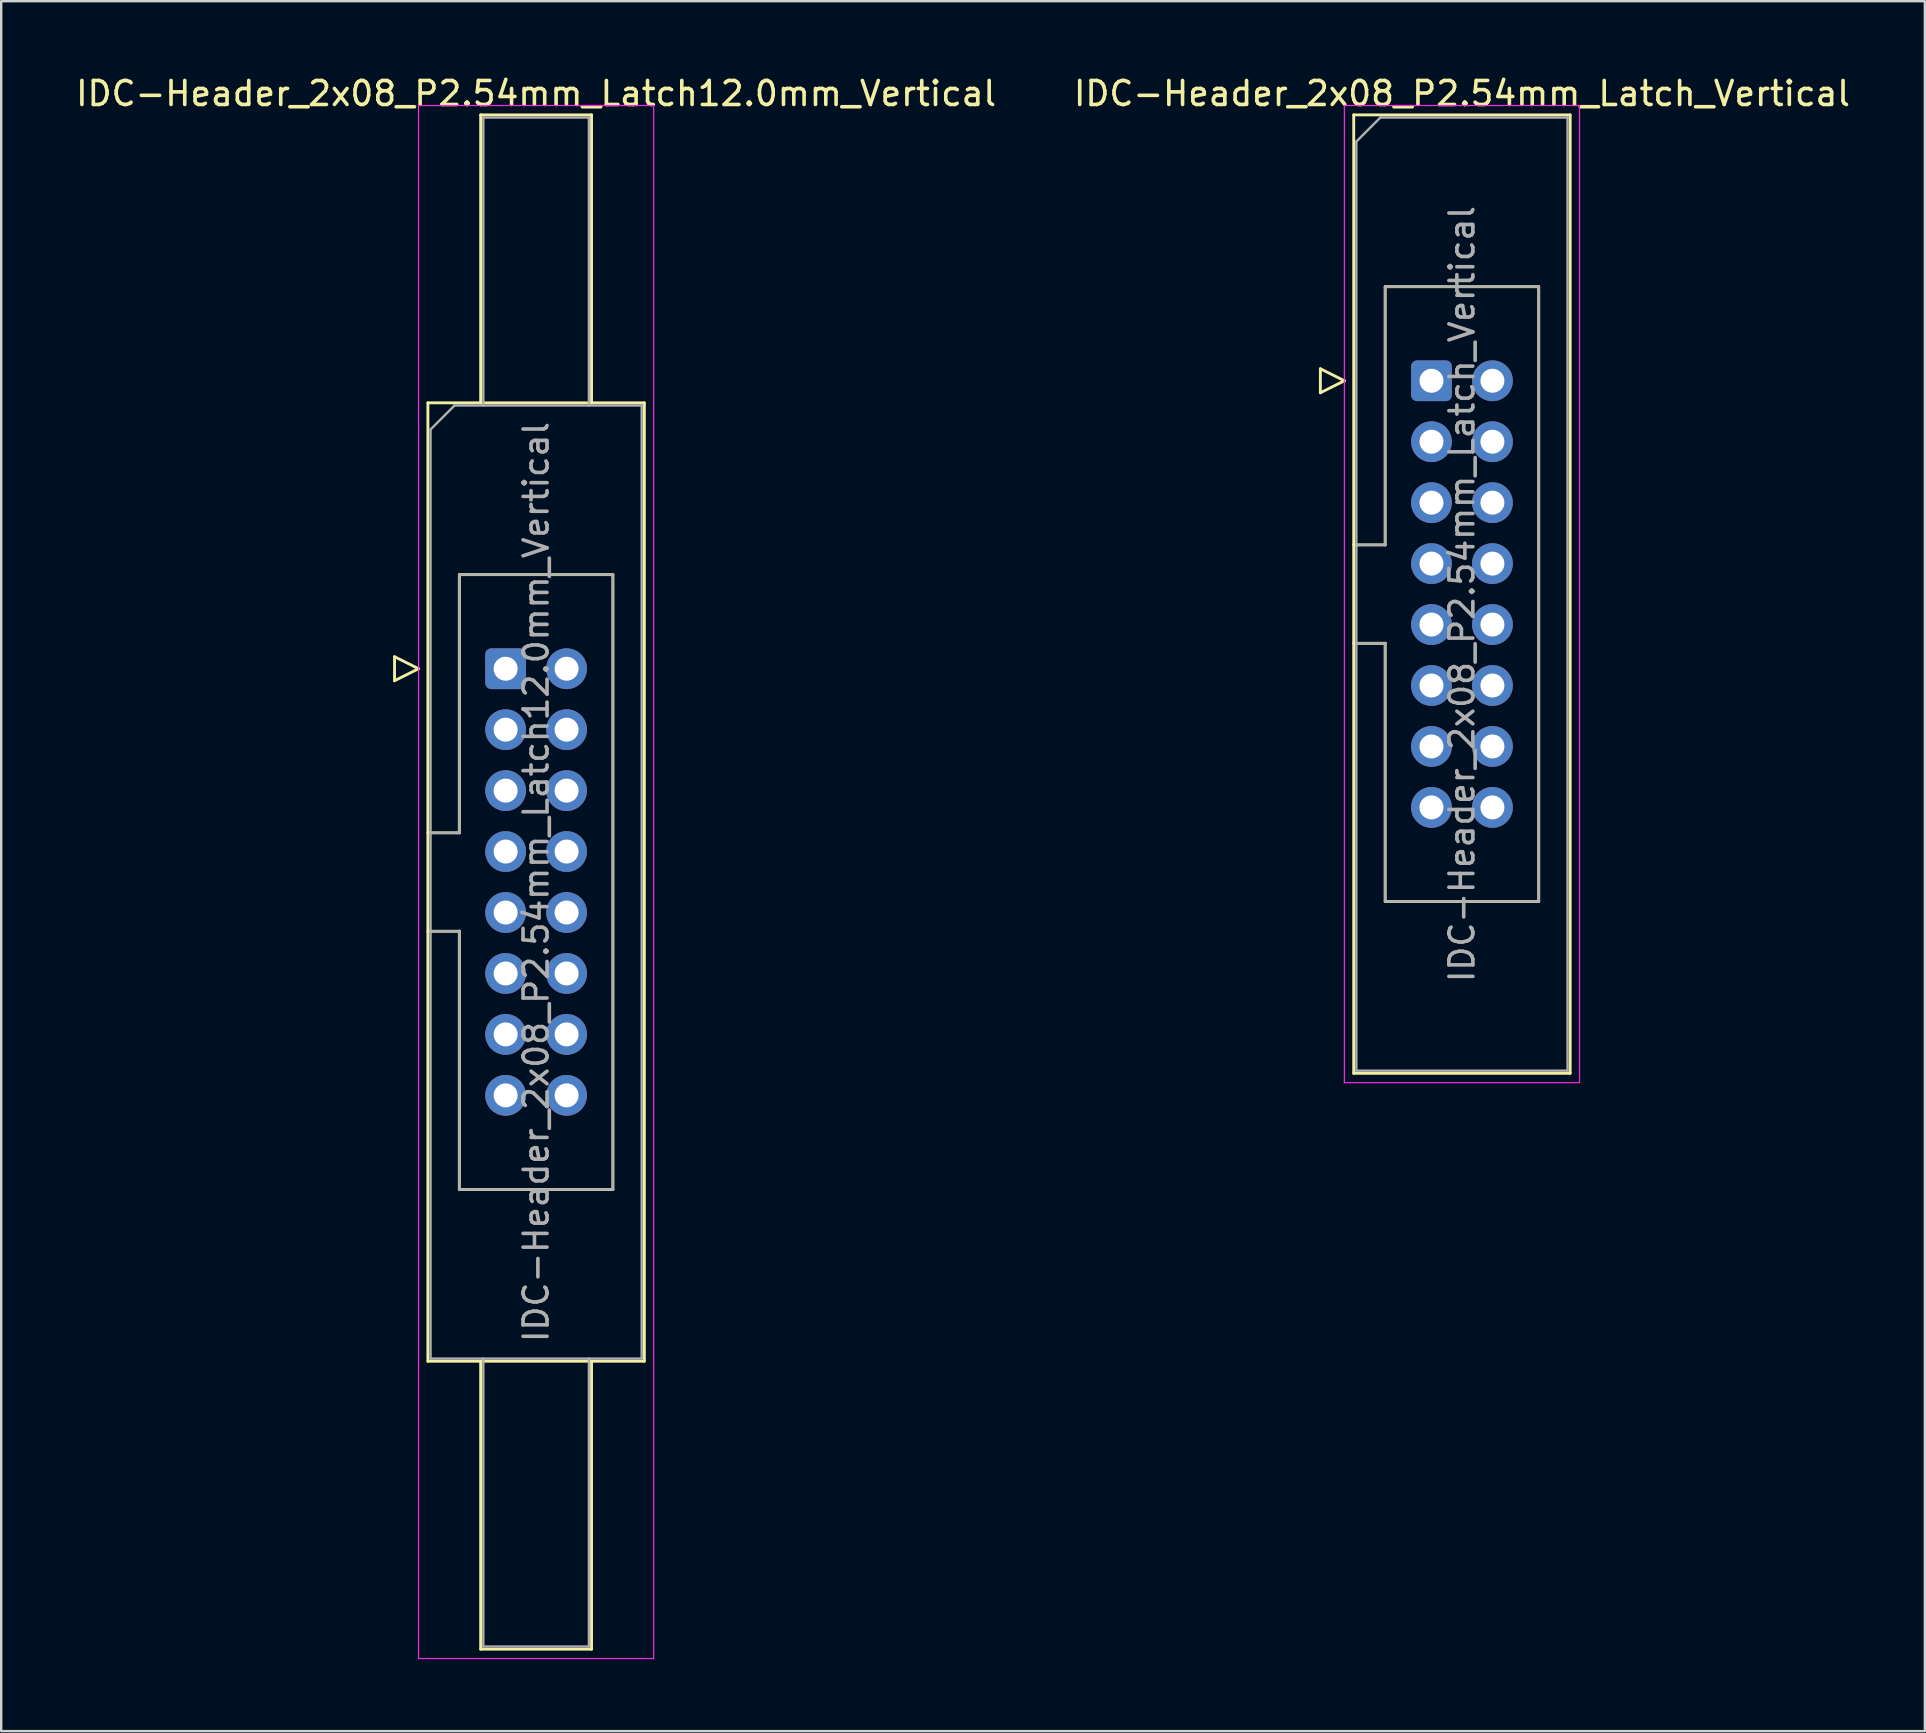
<source format=kicad_pcb>
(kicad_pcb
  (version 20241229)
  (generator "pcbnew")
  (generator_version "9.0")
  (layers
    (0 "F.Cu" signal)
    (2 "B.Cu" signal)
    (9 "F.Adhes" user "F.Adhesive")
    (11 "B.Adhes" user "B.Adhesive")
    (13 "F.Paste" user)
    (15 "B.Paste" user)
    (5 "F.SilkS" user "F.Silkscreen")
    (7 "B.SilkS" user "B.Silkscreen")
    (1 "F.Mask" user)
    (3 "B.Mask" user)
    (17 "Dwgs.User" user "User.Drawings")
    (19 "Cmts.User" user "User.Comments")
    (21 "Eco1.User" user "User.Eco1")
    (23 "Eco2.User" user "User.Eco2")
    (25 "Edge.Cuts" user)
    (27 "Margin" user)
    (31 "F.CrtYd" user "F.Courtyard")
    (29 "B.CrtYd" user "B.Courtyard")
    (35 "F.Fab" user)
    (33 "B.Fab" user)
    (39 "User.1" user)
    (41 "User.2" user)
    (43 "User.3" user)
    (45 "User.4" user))
  (footprint "IDC-Header_2x08_P2.54mm_Latch_Vertical"
    (layer "F.Cu")
    (at 56.605 12.818)
    (property "Reference" "IDC-Header_2x08_P2.54mm_Latch_Vertical" (at 1.27 -11.97 0) (layer "F.SilkS") (effects (font (size 1 1) (thickness 0.15))))
    (attr through_hole)
    (fp_line (start -4.63 -0.5) (end -4.63 0.5) (stroke (width 0.12) (type solid)) (layer "F.SilkS"))
    (fp_line (start -4.63 0.5) (end -3.63 0) (stroke (width 0.12) (type solid)) (layer "F.SilkS"))
    (fp_line (start -3.63 0) (end -4.63 -0.5) (stroke (width 0.12) (type solid)) (layer "F.SilkS"))
    (fp_line (start -3.24 -11.08) (end 5.78 -11.08) (stroke (width 0.12) (type solid)) (layer "F.SilkS"))
    (fp_line (start -3.24 6.84) (end -1.93 6.84) (stroke (width 0.12) (type solid)) (layer "F.SilkS"))
    (fp_line (start -3.24 28.86) (end -3.24 -11.08) (stroke (width 0.12) (type solid)) (layer "F.SilkS"))
    (fp_line (start -1.93 -3.92) (end 4.47 -3.92) (stroke (width 0.12) (type solid)) (layer "F.SilkS"))
    (fp_line (start -1.93 6.84) (end -1.93 -3.92) (stroke (width 0.12) (type solid)) (layer "F.SilkS"))
    (fp_line (start -1.93 10.94) (end -3.24 10.94) (stroke (width 0.12) (type solid)) (layer "F.SilkS"))
    (fp_line (start -1.93 10.94) (end -1.93 10.94) (stroke (width 0.12) (type solid)) (layer "F.SilkS"))
    (fp_line (start -1.93 21.7) (end -1.93 10.94) (stroke (width 0.12) (type solid)) (layer "F.SilkS"))
    (fp_line (start 4.47 -3.92) (end 4.47 21.7) (stroke (width 0.12) (type solid)) (layer "F.SilkS"))
    (fp_line (start 4.47 21.7) (end -1.93 21.7) (stroke (width 0.12) (type solid)) (layer "F.SilkS"))
    (fp_line (start 5.78 -11.08) (end 5.78 28.86) (stroke (width 0.12) (type solid)) (layer "F.SilkS"))
    (fp_line (start 5.78 28.86) (end -3.24 28.86) (stroke (width 0.12) (type solid)) (layer "F.SilkS"))
    (fp_line (start -3.63 -11.47) (end -3.63 29.25) (stroke (width 0.05) (type solid)) (layer "F.CrtYd"))
    (fp_line (start -3.63 29.25) (end 6.17 29.25) (stroke (width 0.05) (type solid)) (layer "F.CrtYd"))
    (fp_line (start 6.17 -11.47) (end -3.63 -11.47) (stroke (width 0.05) (type solid)) (layer "F.CrtYd"))
    (fp_line (start 6.17 29.25) (end 6.17 -11.47) (stroke (width 0.05) (type solid)) (layer "F.CrtYd"))
    (fp_line (start -3.13 -9.97) (end -2.13 -10.97) (stroke (width 0.1) (type solid)) (layer "F.Fab"))
    (fp_line (start -3.13 6.84) (end -1.93 6.84) (stroke (width 0.1) (type solid)) (layer "F.Fab"))
    (fp_line (start -3.13 28.75) (end -3.13 -9.97) (stroke (width 0.1) (type solid)) (layer "F.Fab"))
    (fp_line (start -2.13 -10.97) (end 5.67 -10.97) (stroke (width 0.1) (type solid)) (layer "F.Fab"))
    (fp_line (start -1.93 -3.92) (end 4.47 -3.92) (stroke (width 0.1) (type solid)) (layer "F.Fab"))
    (fp_line (start -1.93 6.84) (end -1.93 -3.92) (stroke (width 0.1) (type solid)) (layer "F.Fab"))
    (fp_line (start -1.93 10.94) (end -3.13 10.94) (stroke (width 0.1) (type solid)) (layer "F.Fab"))
    (fp_line (start -1.93 10.94) (end -1.93 10.94) (stroke (width 0.1) (type solid)) (layer "F.Fab"))
    (fp_line (start -1.93 21.7) (end -1.93 10.94) (stroke (width 0.1) (type solid)) (layer "F.Fab"))
    (fp_line (start 4.47 -3.92) (end 4.47 21.7) (stroke (width 0.1) (type solid)) (layer "F.Fab"))
    (fp_line (start 4.47 21.7) (end -1.93 21.7) (stroke (width 0.1) (type solid)) (layer "F.Fab"))
    (fp_line (start 5.67 -10.97) (end 5.67 28.75) (stroke (width 0.1) (type solid)) (layer "F.Fab"))
    (fp_line (start 5.67 28.75) (end -3.13 28.75) (stroke (width 0.1) (type solid)) (layer "F.Fab"))
    (fp_text user "${REFERENCE}" (at 1.27 8.89 90) (layer "F.Fab") (effects (font (size 1 1) (thickness 0.15))))
    (pad "1" thru_hole roundrect (at 0 0) (size 1.7 1.7) (drill 1) (layers "*.Cu" "*.Mask") (roundrect_rratio 0.147))
    (pad "2" thru_hole circle (at 2.54 0) (size 1.7 1.7) (drill 1) (layers "*.Cu" "*.Mask"))
    (pad "3" thru_hole circle (at 0 2.54) (size 1.7 1.7) (drill 1) (layers "*.Cu" "*.Mask"))
    (pad "4" thru_hole circle (at 2.54 2.54) (size 1.7 1.7) (drill 1) (layers "*.Cu" "*.Mask"))
    (pad "5" thru_hole circle (at 0 5.08) (size 1.7 1.7) (drill 1) (layers "*.Cu" "*.Mask"))
    (pad "6" thru_hole circle (at 2.54 5.08) (size 1.7 1.7) (drill 1) (layers "*.Cu" "*.Mask"))
    (pad "7" thru_hole circle (at 0 7.62) (size 1.7 1.7) (drill 1) (layers "*.Cu" "*.Mask"))
    (pad "8" thru_hole circle (at 2.54 7.62) (size 1.7 1.7) (drill 1) (layers "*.Cu" "*.Mask"))
    (pad "9" thru_hole circle (at 0 10.16) (size 1.7 1.7) (drill 1) (layers "*.Cu" "*.Mask"))
    (pad "10" thru_hole circle (at 2.54 10.16) (size 1.7 1.7) (drill 1) (layers "*.Cu" "*.Mask"))
    (pad "11" thru_hole circle (at 0 12.7) (size 1.7 1.7) (drill 1) (layers "*.Cu" "*.Mask"))
    (pad "12" thru_hole circle (at 2.54 12.7) (size 1.7 1.7) (drill 1) (layers "*.Cu" "*.Mask"))
    (pad "13" thru_hole circle (at 0 15.24) (size 1.7 1.7) (drill 1) (layers "*.Cu" "*.Mask"))
    (pad "14" thru_hole circle (at 2.54 15.24) (size 1.7 1.7) (drill 1) (layers "*.Cu" "*.Mask"))
    (pad "15" thru_hole circle (at 0 17.78) (size 1.7 1.7) (drill 1) (layers "*.Cu" "*.Mask"))
    (pad "16" thru_hole circle (at 2.54 17.78) (size 1.7 1.7) (drill 1) (layers "*.Cu" "*.Mask")))
  (footprint "IDC-Header_2x08_P2.54mm_Latch12.0mm_Vertical"
    (layer "F.Cu")
    (at 18.022 24.818)
    (property "Reference" "IDC-Header_2x08_P2.54mm_Latch12.0mm_Vertical" (at 1.27 -23.97 0) (layer "F.SilkS") (effects (font (size 1 1) (thickness 0.15))))
    (attr through_hole)
    (fp_line (start -4.63 -0.5) (end -4.63 0.5) (stroke (width 0.12) (type solid)) (layer "F.SilkS"))
    (fp_line (start -4.63 0.5) (end -3.63 0) (stroke (width 0.12) (type solid)) (layer "F.SilkS"))
    (fp_line (start -3.63 0) (end -4.63 -0.5) (stroke (width 0.12) (type solid)) (layer "F.SilkS"))
    (fp_line (start -3.24 -11.08) (end 5.78 -11.08) (stroke (width 0.12) (type solid)) (layer "F.SilkS"))
    (fp_line (start -3.24 6.84) (end -1.93 6.84) (stroke (width 0.12) (type solid)) (layer "F.SilkS"))
    (fp_line (start -3.24 28.86) (end -3.24 -11.08) (stroke (width 0.12) (type solid)) (layer "F.SilkS"))
    (fp_line (start -1.93 -3.92) (end 4.47 -3.92) (stroke (width 0.12) (type solid)) (layer "F.SilkS"))
    (fp_line (start -1.93 6.84) (end -1.93 -3.92) (stroke (width 0.12) (type solid)) (layer "F.SilkS"))
    (fp_line (start -1.93 10.94) (end -3.24 10.94) (stroke (width 0.12) (type solid)) (layer "F.SilkS"))
    (fp_line (start -1.93 10.94) (end -1.93 10.94) (stroke (width 0.12) (type solid)) (layer "F.SilkS"))
    (fp_line (start -1.93 21.7) (end -1.93 10.94) (stroke (width 0.12) (type solid)) (layer "F.SilkS"))
    (fp_line (start -1.04 -23.08) (end 3.58 -23.08) (stroke (width 0.12) (type solid)) (layer "F.SilkS"))
    (fp_line (start -1.04 -11.08) (end -1.04 -23.08) (stroke (width 0.12) (type solid)) (layer "F.SilkS"))
    (fp_line (start -1.04 28.86) (end -1.04 40.86) (stroke (width 0.12) (type solid)) (layer "F.SilkS"))
    (fp_line (start -1.04 40.86) (end 3.58 40.86) (stroke (width 0.12) (type solid)) (layer "F.SilkS"))
    (fp_line (start 3.58 -23.08) (end 3.58 -11.08) (stroke (width 0.12) (type solid)) (layer "F.SilkS"))
    (fp_line (start 3.58 40.86) (end 3.58 28.86) (stroke (width 0.12) (type solid)) (layer "F.SilkS"))
    (fp_line (start 4.47 -3.92) (end 4.47 21.7) (stroke (width 0.12) (type solid)) (layer "F.SilkS"))
    (fp_line (start 4.47 21.7) (end -1.93 21.7) (stroke (width 0.12) (type solid)) (layer "F.SilkS"))
    (fp_line (start 5.78 -11.08) (end 5.78 28.86) (stroke (width 0.12) (type solid)) (layer "F.SilkS"))
    (fp_line (start 5.78 28.86) (end -3.24 28.86) (stroke (width 0.12) (type solid)) (layer "F.SilkS"))
    (fp_line (start -3.63 -23.47) (end -3.63 41.25) (stroke (width 0.05) (type solid)) (layer "F.CrtYd"))
    (fp_line (start -3.63 41.25) (end 6.17 41.25) (stroke (width 0.05) (type solid)) (layer "F.CrtYd"))
    (fp_line (start 6.17 -23.47) (end -3.63 -23.47) (stroke (width 0.05) (type solid)) (layer "F.CrtYd"))
    (fp_line (start 6.17 41.25) (end 6.17 -23.47) (stroke (width 0.05) (type solid)) (layer "F.CrtYd"))
    (fp_line (start -3.13 -9.97) (end -2.13 -10.97) (stroke (width 0.1) (type solid)) (layer "F.Fab"))
    (fp_line (start -3.13 6.84) (end -1.93 6.84) (stroke (width 0.1) (type solid)) (layer "F.Fab"))
    (fp_line (start -3.13 28.75) (end -3.13 -9.97) (stroke (width 0.1) (type solid)) (layer "F.Fab"))
    (fp_line (start -2.13 -10.97) (end 5.67 -10.97) (stroke (width 0.1) (type solid)) (layer "F.Fab"))
    (fp_line (start -1.93 -3.92) (end 4.47 -3.92) (stroke (width 0.1) (type solid)) (layer "F.Fab"))
    (fp_line (start -1.93 6.84) (end -1.93 -3.92) (stroke (width 0.1) (type solid)) (layer "F.Fab"))
    (fp_line (start -1.93 10.94) (end -3.13 10.94) (stroke (width 0.1) (type solid)) (layer "F.Fab"))
    (fp_line (start -1.93 10.94) (end -1.93 10.94) (stroke (width 0.1) (type solid)) (layer "F.Fab"))
    (fp_line (start -1.93 21.7) (end -1.93 10.94) (stroke (width 0.1) (type solid)) (layer "F.Fab"))
    (fp_line (start -0.93 -22.97) (end 3.47 -22.97) (stroke (width 0.1) (type solid)) (layer "F.Fab"))
    (fp_line (start -0.93 -10.97) (end -0.93 -22.97) (stroke (width 0.1) (type solid)) (layer "F.Fab"))
    (fp_line (start -0.93 28.75) (end -0.93 40.75) (stroke (width 0.1) (type solid)) (layer "F.Fab"))
    (fp_line (start -0.93 40.75) (end 3.47 40.75) (stroke (width 0.1) (type solid)) (layer "F.Fab"))
    (fp_line (start 3.47 -22.97) (end 3.47 -10.97) (stroke (width 0.1) (type solid)) (layer "F.Fab"))
    (fp_line (start 3.47 40.75) (end 3.47 28.75) (stroke (width 0.1) (type solid)) (layer "F.Fab"))
    (fp_line (start 4.47 -3.92) (end 4.47 21.7) (stroke (width 0.1) (type solid)) (layer "F.Fab"))
    (fp_line (start 4.47 21.7) (end -1.93 21.7) (stroke (width 0.1) (type solid)) (layer "F.Fab"))
    (fp_line (start 5.67 -10.97) (end 5.67 28.75) (stroke (width 0.1) (type solid)) (layer "F.Fab"))
    (fp_line (start 5.67 28.75) (end -3.13 28.75) (stroke (width 0.1) (type solid)) (layer "F.Fab"))
    (fp_text user "${REFERENCE}" (at 1.27 8.89 90) (layer "F.Fab") (effects (font (size 1 1) (thickness 0.15))))
    (pad "1" thru_hole roundrect (at 0 0) (size 1.7 1.7) (drill 1) (layers "*.Cu" "*.Mask") (roundrect_rratio 0.147))
    (pad "2" thru_hole circle (at 2.54 0) (size 1.7 1.7) (drill 1) (layers "*.Cu" "*.Mask"))
    (pad "3" thru_hole circle (at 0 2.54) (size 1.7 1.7) (drill 1) (layers "*.Cu" "*.Mask"))
    (pad "4" thru_hole circle (at 2.54 2.54) (size 1.7 1.7) (drill 1) (layers "*.Cu" "*.Mask"))
    (pad "5" thru_hole circle (at 0 5.08) (size 1.7 1.7) (drill 1) (layers "*.Cu" "*.Mask"))
    (pad "6" thru_hole circle (at 2.54 5.08) (size 1.7 1.7) (drill 1) (layers "*.Cu" "*.Mask"))
    (pad "7" thru_hole circle (at 0 7.62) (size 1.7 1.7) (drill 1) (layers "*.Cu" "*.Mask"))
    (pad "8" thru_hole circle (at 2.54 7.62) (size 1.7 1.7) (drill 1) (layers "*.Cu" "*.Mask"))
    (pad "9" thru_hole circle (at 0 10.16) (size 1.7 1.7) (drill 1) (layers "*.Cu" "*.Mask"))
    (pad "10" thru_hole circle (at 2.54 10.16) (size 1.7 1.7) (drill 1) (layers "*.Cu" "*.Mask"))
    (pad "11" thru_hole circle (at 0 12.7) (size 1.7 1.7) (drill 1) (layers "*.Cu" "*.Mask"))
    (pad "12" thru_hole circle (at 2.54 12.7) (size 1.7 1.7) (drill 1) (layers "*.Cu" "*.Mask"))
    (pad "13" thru_hole circle (at 0 15.24) (size 1.7 1.7) (drill 1) (layers "*.Cu" "*.Mask"))
    (pad "14" thru_hole circle (at 2.54 15.24) (size 1.7 1.7) (drill 1) (layers "*.Cu" "*.Mask"))
    (pad "15" thru_hole circle (at 0 17.78) (size 1.7 1.7) (drill 1) (layers "*.Cu" "*.Mask"))
    (pad "16" thru_hole circle (at 2.54 17.78) (size 1.7 1.7) (drill 1) (layers "*.Cu" "*.Mask")))
  (gr_rect
    (start -3 -3)
    (end 77.167 69.093)
    (stroke (width 0.1) (type default))
    (fill no)
    (layer "Edge.Cuts")))
</source>
